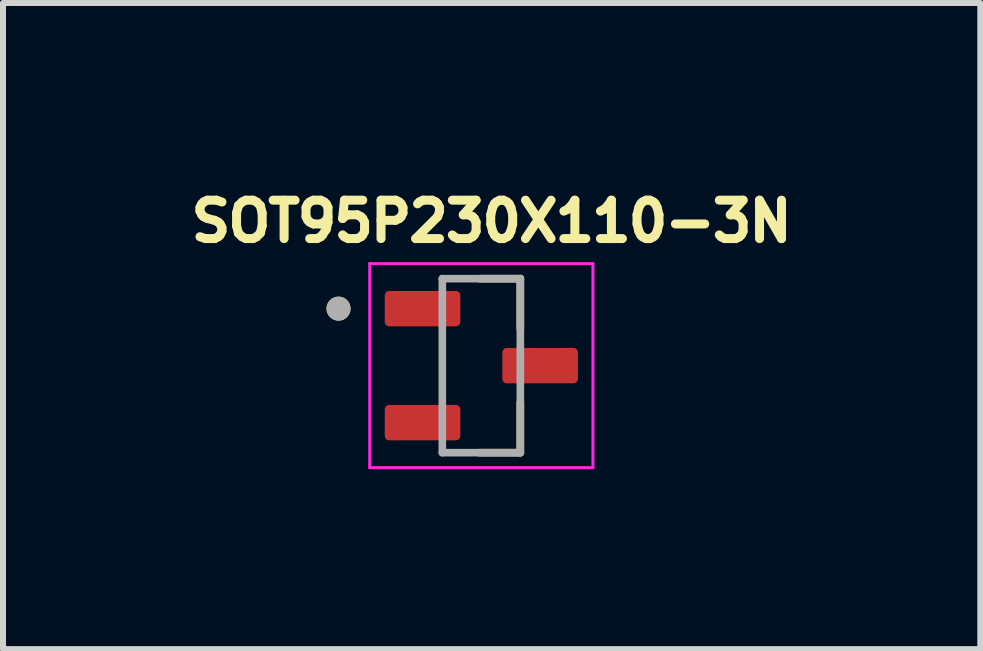
<source format=kicad_pcb>
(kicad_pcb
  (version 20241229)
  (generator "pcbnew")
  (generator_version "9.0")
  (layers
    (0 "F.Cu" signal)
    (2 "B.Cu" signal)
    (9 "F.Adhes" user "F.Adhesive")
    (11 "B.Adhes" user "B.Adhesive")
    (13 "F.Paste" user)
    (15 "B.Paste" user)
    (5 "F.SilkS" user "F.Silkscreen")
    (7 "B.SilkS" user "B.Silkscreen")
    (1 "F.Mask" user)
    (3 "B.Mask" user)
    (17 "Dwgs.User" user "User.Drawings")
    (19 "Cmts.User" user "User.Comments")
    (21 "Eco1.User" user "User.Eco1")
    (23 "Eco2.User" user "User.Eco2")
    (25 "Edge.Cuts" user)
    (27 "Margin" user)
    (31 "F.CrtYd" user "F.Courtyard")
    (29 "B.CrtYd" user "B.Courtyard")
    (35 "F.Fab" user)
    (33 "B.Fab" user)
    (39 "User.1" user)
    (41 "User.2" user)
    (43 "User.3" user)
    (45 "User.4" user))
  (footprint "SOT95P230X110-3N"
    (layer "F.Cu")
    (at 4.972 3.044)
    (property "Reference" "SOT95P230X110-3N" (at 0.172 -2.406 0) (layer "F.SilkS") (effects (font (size 0.64 0.64) (thickness 0.15))))
    (attr smd)
    (fp_line (start -0.03 1.45) (end 0.65 1.45) (stroke (width 0.127) (type solid)) (layer "F.SilkS"))
    (fp_line (start 0.65 -1.45) (end -0.03 -1.45) (stroke (width 0.127) (type solid)) (layer "F.SilkS"))
    (fp_line (start 0.65 -0.615) (end 0.65 -1.45) (stroke (width 0.127) (type solid)) (layer "F.SilkS"))
    (fp_line (start 0.65 1.45) (end 0.65 0.615) (stroke (width 0.127) (type solid)) (layer "F.SilkS"))
    (fp_circle (center -2.38 -0.95) (end -2.28 -0.95) (stroke (width 0.2) (type solid)) (fill no) (layer "F.SilkS"))
    (fp_line (start -1.86 -1.7) (end -1.86 1.7) (stroke (width 0.05) (type solid)) (layer "F.CrtYd"))
    (fp_line (start -1.86 1.7) (end 1.86 1.7) (stroke (width 0.05) (type solid)) (layer "F.CrtYd"))
    (fp_line (start 1.86 -1.7) (end -1.86 -1.7) (stroke (width 0.05) (type solid)) (layer "F.CrtYd"))
    (fp_line (start 1.86 1.7) (end 1.86 -1.7) (stroke (width 0.05) (type solid)) (layer "F.CrtYd"))
    (fp_line (start -0.65 -1.45) (end -0.65 1.45) (stroke (width 0.127) (type solid)) (layer "F.Fab"))
    (fp_line (start -0.65 1.45) (end 0.65 1.45) (stroke (width 0.127) (type solid)) (layer "F.Fab"))
    (fp_line (start 0.65 -1.45) (end -0.65 -1.45) (stroke (width 0.127) (type solid)) (layer "F.Fab"))
    (fp_line (start 0.65 1.45) (end 0.65 -1.45) (stroke (width 0.127) (type solid)) (layer "F.Fab"))
    (fp_circle (center -2.38 -0.95) (end -2.28 -0.95) (stroke (width 0.2) (type solid)) (fill no) (layer "F.Fab"))
    (pad "1" smd roundrect (at -0.98 -0.95) (size 1.26 0.59) (layers "F.Cu" "F.Mask" "F.Paste") (roundrect_rratio 0.125))
    (pad "2" smd roundrect (at -0.98 0.95) (size 1.26 0.59) (layers "F.Cu" "F.Mask" "F.Paste") (roundrect_rratio 0.125))
    (pad "3" smd roundrect (at 0.98 0) (size 1.26 0.59) (layers "F.Cu" "F.Mask" "F.Paste") (roundrect_rratio 0.125)))
  (gr_rect
    (start -3 -3)
    (end 13.288 7.769)
    (stroke (width 0.1) (type default))
    (fill no)
    (layer "Edge.Cuts")))
</source>
